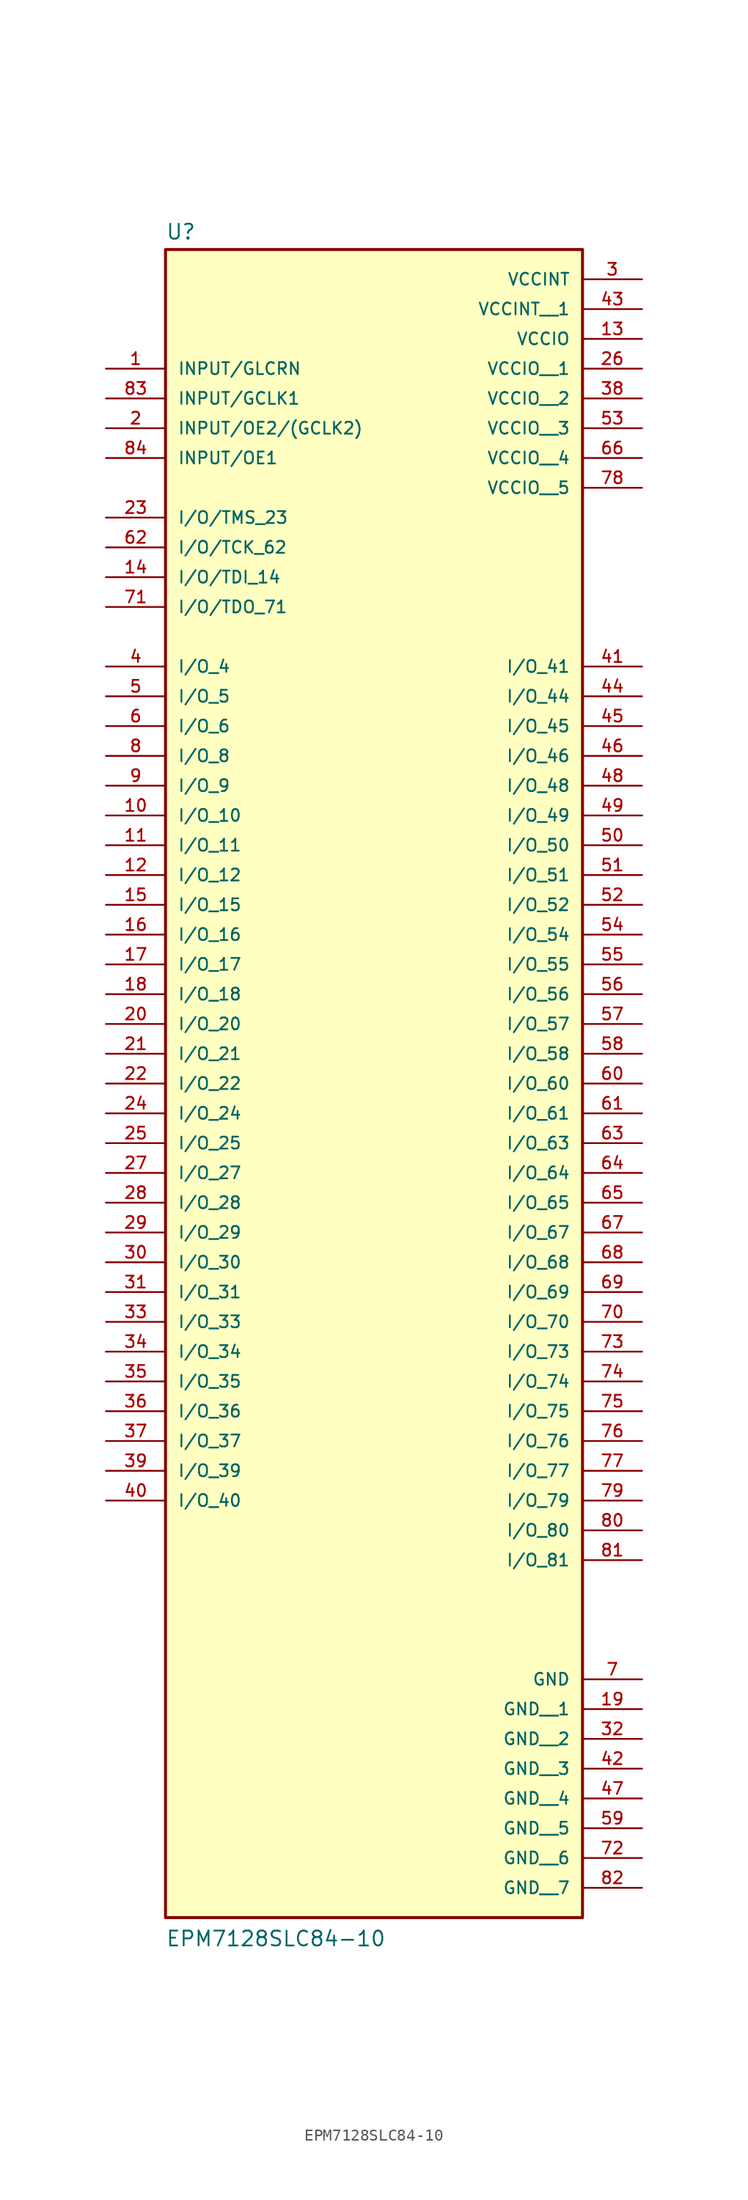
<source format=kicad_sym>
(kicad_symbol_lib
  (version 20211014)
  (generator kicad_symbol_editor)
  (symbol "EPM7128SLC84-10"
    (pin_names
      (offset 1.016))
    (property "Reference" "U"
      (at -17.78 54.102 0)
      (effects (font (size 1.27 1.27)) (justify bottom left)))
    (property "Value" "EPM7128SLC84-10"
      (at -17.78 -91.44 0)
      (effects (font (size 1.27 1.27)) (justify bottom left)))
    (symbol "EPM7128SLC84-10_0_0"
      (rectangle (start -17.78 -88.9) (end 17.78 53.34) (stroke (width 0.254)) (fill (type background)))
      (pin bidirectional line (at -22.86 43.18 0) (length 5.08) (name "INPUT/GLCRN" (effects (font (size 1.016 1.016)))) (number "1" (effects (font (size 1.016 1.016)))))
      (pin bidirectional line (at -22.86 38.1 0) (length 5.08) (name "INPUT/OE2/(GCLK2)" (effects (font (size 1.016 1.016)))) (number "2" (effects (font (size 1.016 1.016)))))
      (pin power_in line (at 22.86 50.8 180.0) (length 5.08) (name "VCCINT" (effects (font (size 1.016 1.016)))) (number "3" (effects (font (size 1.016 1.016)))))
      (pin bidirectional line (at -22.86 17.78 0) (length 5.08) (name "I/O_4" (effects (font (size 1.016 1.016)))) (number "4" (effects (font (size 1.016 1.016)))))
      (pin bidirectional line (at -22.86 12.7 0) (length 5.08) (name "I/O_6" (effects (font (size 1.016 1.016)))) (number "6" (effects (font (size 1.016 1.016)))))
      (pin bidirectional line (at -22.86 15.24 0) (length 5.08) (name "I/O_5" (effects (font (size 1.016 1.016)))) (number "5" (effects (font (size 1.016 1.016)))))
      (pin bidirectional line (at -22.86 7.62 0) (length 5.08) (name "I/O_9" (effects (font (size 1.016 1.016)))) (number "9" (effects (font (size 1.016 1.016)))))
      (pin bidirectional line (at -22.86 5.08 0) (length 5.08) (name "I/O_10" (effects (font (size 1.016 1.016)))) (number "10" (effects (font (size 1.016 1.016)))))
      (pin bidirectional line (at -22.86 2.54 0) (length 5.08) (name "I/O_11" (effects (font (size 1.016 1.016)))) (number "11" (effects (font (size 1.016 1.016)))))
      (pin bidirectional line (at -22.86 -2.54 0) (length 5.08) (name "I/O_15" (effects (font (size 1.016 1.016)))) (number "15" (effects (font (size 1.016 1.016)))))
      (pin bidirectional line (at -22.86 0.0 0) (length 5.08) (name "I/O_12" (effects (font (size 1.016 1.016)))) (number "12" (effects (font (size 1.016 1.016)))))
      (pin bidirectional line (at -22.86 -5.08 0) (length 5.08) (name "I/O_16" (effects (font (size 1.016 1.016)))) (number "16" (effects (font (size 1.016 1.016)))))
      (pin bidirectional line (at -22.86 -7.62 0) (length 5.08) (name "I/O_17" (effects (font (size 1.016 1.016)))) (number "17" (effects (font (size 1.016 1.016)))))
      (pin bidirectional line (at -22.86 -10.16 0) (length 5.08) (name "I/O_18" (effects (font (size 1.016 1.016)))) (number "18" (effects (font (size 1.016 1.016)))))
      (pin bidirectional line (at -22.86 -12.7 0) (length 5.08) (name "I/O_20" (effects (font (size 1.016 1.016)))) (number "20" (effects (font (size 1.016 1.016)))))
      (pin bidirectional line (at -22.86 -17.78 0) (length 5.08) (name "I/O_22" (effects (font (size 1.016 1.016)))) (number "22" (effects (font (size 1.016 1.016)))))
      (pin bidirectional line (at -22.86 -15.24 0) (length 5.08) (name "I/O_21" (effects (font (size 1.016 1.016)))) (number "21" (effects (font (size 1.016 1.016)))))
      (pin bidirectional line (at -22.86 30.48 0) (length 5.08) (name "I/O/TMS_23" (effects (font (size 1.016 1.016)))) (number "23" (effects (font (size 1.016 1.016)))))
      (pin bidirectional line (at -22.86 -20.32 0) (length 5.08) (name "I/O_24" (effects (font (size 1.016 1.016)))) (number "24" (effects (font (size 1.016 1.016)))))
      (pin power_in line (at 22.86 45.72 180.0) (length 5.08) (name "VCCIO" (effects (font (size 1.016 1.016)))) (number "13" (effects (font (size 1.016 1.016)))))
      (pin bidirectional line (at -22.86 -25.4 0) (length 5.08) (name "I/O_27" (effects (font (size 1.016 1.016)))) (number "27" (effects (font (size 1.016 1.016)))))
      (pin bidirectional line (at -22.86 -22.86 0) (length 5.08) (name "I/O_25" (effects (font (size 1.016 1.016)))) (number "25" (effects (font (size 1.016 1.016)))))
      (pin bidirectional line (at -22.86 -27.94 0) (length 5.08) (name "I/O_28" (effects (font (size 1.016 1.016)))) (number "28" (effects (font (size 1.016 1.016)))))
      (pin bidirectional line (at -22.86 -30.48 0) (length 5.08) (name "I/O_29" (effects (font (size 1.016 1.016)))) (number "29" (effects (font (size 1.016 1.016)))))
      (pin bidirectional line (at -22.86 -33.02 0) (length 5.08) (name "I/O_30" (effects (font (size 1.016 1.016)))) (number "30" (effects (font (size 1.016 1.016)))))
      (pin bidirectional line (at -22.86 -35.56 0) (length 5.08) (name "I/O_31" (effects (font (size 1.016 1.016)))) (number "31" (effects (font (size 1.016 1.016)))))
      (pin bidirectional line (at -22.86 -38.1 0) (length 5.08) (name "I/O_33" (effects (font (size 1.016 1.016)))) (number "33" (effects (font (size 1.016 1.016)))))
      (pin power_in line (at 22.86 -68.58 180.0) (length 5.08) (name "GND" (effects (font (size 1.016 1.016)))) (number "7" (effects (font (size 1.016 1.016)))))
      (pin bidirectional line (at -22.86 -40.64 0) (length 5.08) (name "I/O_34" (effects (font (size 1.016 1.016)))) (number "34" (effects (font (size 1.016 1.016)))))
      (pin bidirectional line (at -22.86 -43.18 0) (length 5.08) (name "I/O_35" (effects (font (size 1.016 1.016)))) (number "35" (effects (font (size 1.016 1.016)))))
      (pin bidirectional line (at -22.86 -45.72 0) (length 5.08) (name "I/O_36" (effects (font (size 1.016 1.016)))) (number "36" (effects (font (size 1.016 1.016)))))
      (pin bidirectional line (at -22.86 -50.8 0) (length 5.08) (name "I/O_39" (effects (font (size 1.016 1.016)))) (number "39" (effects (font (size 1.016 1.016)))))
      (pin bidirectional line (at -22.86 -48.26 0) (length 5.08) (name "I/O_37" (effects (font (size 1.016 1.016)))) (number "37" (effects (font (size 1.016 1.016)))))
      (pin bidirectional line (at -22.86 -53.34 0) (length 5.08) (name "I/O_40" (effects (font (size 1.016 1.016)))) (number "40" (effects (font (size 1.016 1.016)))))
      (pin bidirectional line (at 22.86 17.78 180.0) (length 5.08) (name "I/O_41" (effects (font (size 1.016 1.016)))) (number "41" (effects (font (size 1.016 1.016)))))
      (pin bidirectional line (at 22.86 15.24 180.0) (length 5.08) (name "I/O_44" (effects (font (size 1.016 1.016)))) (number "44" (effects (font (size 1.016 1.016)))))
      (pin bidirectional line (at 22.86 12.7 180.0) (length 5.08) (name "I/O_45" (effects (font (size 1.016 1.016)))) (number "45" (effects (font (size 1.016 1.016)))))
      (pin bidirectional line (at 22.86 7.62 180.0) (length 5.08) (name "I/O_48" (effects (font (size 1.016 1.016)))) (number "48" (effects (font (size 1.016 1.016)))))
      (pin bidirectional line (at 22.86 10.16 180.0) (length 5.08) (name "I/O_46" (effects (font (size 1.016 1.016)))) (number "46" (effects (font (size 1.016 1.016)))))
      (pin bidirectional line (at 22.86 5.08 180.0) (length 5.08) (name "I/O_49" (effects (font (size 1.016 1.016)))) (number "49" (effects (font (size 1.016 1.016)))))
      (pin bidirectional line (at 22.86 2.54 180.0) (length 5.08) (name "I/O_50" (effects (font (size 1.016 1.016)))) (number "50" (effects (font (size 1.016 1.016)))))
      (pin bidirectional line (at 22.86 0.0 180.0) (length 5.08) (name "I/O_51" (effects (font (size 1.016 1.016)))) (number "51" (effects (font (size 1.016 1.016)))))
      (pin bidirectional line (at 22.86 -5.08 180.0) (length 5.08) (name "I/O_54" (effects (font (size 1.016 1.016)))) (number "54" (effects (font (size 1.016 1.016)))))
      (pin bidirectional line (at 22.86 -2.54 180.0) (length 5.08) (name "I/O_52" (effects (font (size 1.016 1.016)))) (number "52" (effects (font (size 1.016 1.016)))))
      (pin bidirectional line (at 22.86 -7.62 180.0) (length 5.08) (name "I/O_55" (effects (font (size 1.016 1.016)))) (number "55" (effects (font (size 1.016 1.016)))))
      (pin bidirectional line (at 22.86 -10.16 180.0) (length 5.08) (name "I/O_56" (effects (font (size 1.016 1.016)))) (number "56" (effects (font (size 1.016 1.016)))))
      (pin bidirectional line (at 22.86 -12.7 180.0) (length 5.08) (name "I/O_57" (effects (font (size 1.016 1.016)))) (number "57" (effects (font (size 1.016 1.016)))))
      (pin bidirectional line (at 22.86 -15.24 180.0) (length 5.08) (name "I/O_58" (effects (font (size 1.016 1.016)))) (number "58" (effects (font (size 1.016 1.016)))))
      (pin bidirectional line (at 22.86 -20.32 180.0) (length 5.08) (name "I/O_61" (effects (font (size 1.016 1.016)))) (number "61" (effects (font (size 1.016 1.016)))))
      (pin bidirectional line (at 22.86 -17.78 180.0) (length 5.08) (name "I/O_60" (effects (font (size 1.016 1.016)))) (number "60" (effects (font (size 1.016 1.016)))))
      (pin bidirectional line (at -22.86 27.94 0) (length 5.08) (name "I/O/TCK_62" (effects (font (size 1.016 1.016)))) (number "62" (effects (font (size 1.016 1.016)))))
      (pin bidirectional line (at 22.86 -22.86 180.0) (length 5.08) (name "I/O_63" (effects (font (size 1.016 1.016)))) (number "63" (effects (font (size 1.016 1.016)))))
      (pin bidirectional line (at 22.86 -25.4 180.0) (length 5.08) (name "I/O_64" (effects (font (size 1.016 1.016)))) (number "64" (effects (font (size 1.016 1.016)))))
      (pin bidirectional line (at 22.86 -30.48 180.0) (length 5.08) (name "I/O_67" (effects (font (size 1.016 1.016)))) (number "67" (effects (font (size 1.016 1.016)))))
      (pin bidirectional line (at 22.86 -27.94 180.0) (length 5.08) (name "I/O_65" (effects (font (size 1.016 1.016)))) (number "65" (effects (font (size 1.016 1.016)))))
      (pin bidirectional line (at 22.86 -33.02 180.0) (length 5.08) (name "I/O_68" (effects (font (size 1.016 1.016)))) (number "68" (effects (font (size 1.016 1.016)))))
      (pin bidirectional line (at 22.86 -35.56 180.0) (length 5.08) (name "I/O_69" (effects (font (size 1.016 1.016)))) (number "69" (effects (font (size 1.016 1.016)))))
      (pin bidirectional line (at 22.86 -38.1 180.0) (length 5.08) (name "I/O_70" (effects (font (size 1.016 1.016)))) (number "70" (effects (font (size 1.016 1.016)))))
      (pin bidirectional line (at -22.86 22.86 0) (length 5.08) (name "I/O/TDO_71" (effects (font (size 1.016 1.016)))) (number "71" (effects (font (size 1.016 1.016)))))
      (pin bidirectional line (at 22.86 -43.18 180.0) (length 5.08) (name "I/O_74" (effects (font (size 1.016 1.016)))) (number "74" (effects (font (size 1.016 1.016)))))
      (pin bidirectional line (at 22.86 -40.64 180.0) (length 5.08) (name "I/O_73" (effects (font (size 1.016 1.016)))) (number "73" (effects (font (size 1.016 1.016)))))
      (pin bidirectional line (at 22.86 -45.72 180.0) (length 5.08) (name "I/O_75" (effects (font (size 1.016 1.016)))) (number "75" (effects (font (size 1.016 1.016)))))
      (pin bidirectional line (at 22.86 -48.26 180.0) (length 5.08) (name "I/O_76" (effects (font (size 1.016 1.016)))) (number "76" (effects (font (size 1.016 1.016)))))
      (pin bidirectional line (at 22.86 -50.8 180.0) (length 5.08) (name "I/O_77" (effects (font (size 1.016 1.016)))) (number "77" (effects (font (size 1.016 1.016)))))
      (pin bidirectional line (at 22.86 -55.88 180.0) (length 5.08) (name "I/O_80" (effects (font (size 1.016 1.016)))) (number "80" (effects (font (size 1.016 1.016)))))
      (pin bidirectional line (at 22.86 -53.34 180.0) (length 5.08) (name "I/O_79" (effects (font (size 1.016 1.016)))) (number "79" (effects (font (size 1.016 1.016)))))
      (pin bidirectional line (at 22.86 -58.42 180.0) (length 5.08) (name "I/O_81" (effects (font (size 1.016 1.016)))) (number "81" (effects (font (size 1.016 1.016)))))
      (pin bidirectional line (at -22.86 40.64 0) (length 5.08) (name "INPUT/GCLK1" (effects (font (size 1.016 1.016)))) (number "83" (effects (font (size 1.016 1.016)))))
      (pin bidirectional line (at -22.86 35.56 0) (length 5.08) (name "INPUT/OE1" (effects (font (size 1.016 1.016)))) (number "84" (effects (font (size 1.016 1.016)))))
      (pin bidirectional line (at -22.86 25.4 0) (length 5.08) (name "I/O/TDI_14" (effects (font (size 1.016 1.016)))) (number "14" (effects (font (size 1.016 1.016)))))
      (pin bidirectional line (at -22.86 10.16 0) (length 5.08) (name "I/O_8" (effects (font (size 1.016 1.016)))) (number "8" (effects (font (size 1.016 1.016)))))
      (pin power_in line (at 22.86 48.26 180.0) (length 5.08) (name "VCCINT__1" (effects (font (size 1.016 1.016)))) (number "43" (effects (font (size 1.016 1.016)))))
      (pin power_in line (at 22.86 43.18 180.0) (length 5.08) (name "VCCIO__1" (effects (font (size 1.016 1.016)))) (number "26" (effects (font (size 1.016 1.016)))))
      (pin power_in line (at 22.86 40.64 180.0) (length 5.08) (name "VCCIO__2" (effects (font (size 1.016 1.016)))) (number "38" (effects (font (size 1.016 1.016)))))
      (pin power_in line (at 22.86 38.1 180.0) (length 5.08) (name "VCCIO__3" (effects (font (size 1.016 1.016)))) (number "53" (effects (font (size 1.016 1.016)))))
      (pin power_in line (at 22.86 35.56 180.0) (length 5.08) (name "VCCIO__4" (effects (font (size 1.016 1.016)))) (number "66" (effects (font (size 1.016 1.016)))))
      (pin power_in line (at 22.86 33.02 180.0) (length 5.08) (name "VCCIO__5" (effects (font (size 1.016 1.016)))) (number "78" (effects (font (size 1.016 1.016)))))
      (pin power_in line (at 22.86 -71.12 180.0) (length 5.08) (name "GND__1" (effects (font (size 1.016 1.016)))) (number "19" (effects (font (size 1.016 1.016)))))
      (pin power_in line (at 22.86 -73.66 180.0) (length 5.08) (name "GND__2" (effects (font (size 1.016 1.016)))) (number "32" (effects (font (size 1.016 1.016)))))
      (pin power_in line (at 22.86 -76.2 180.0) (length 5.08) (name "GND__3" (effects (font (size 1.016 1.016)))) (number "42" (effects (font (size 1.016 1.016)))))
      (pin power_in line (at 22.86 -78.74 180.0) (length 5.08) (name "GND__4" (effects (font (size 1.016 1.016)))) (number "47" (effects (font (size 1.016 1.016)))))
      (pin power_in line (at 22.86 -81.28 180.0) (length 5.08) (name "GND__5" (effects (font (size 1.016 1.016)))) (number "59" (effects (font (size 1.016 1.016)))))
      (pin power_in line (at 22.86 -83.82 180.0) (length 5.08) (name "GND__6" (effects (font (size 1.016 1.016)))) (number "72" (effects (font (size 1.016 1.016)))))
      (pin power_in line (at 22.86 -86.36 180.0) (length 5.08) (name "GND__7" (effects (font (size 1.016 1.016)))) (number "82" (effects (font (size 1.016 1.016))))))))
</source>
